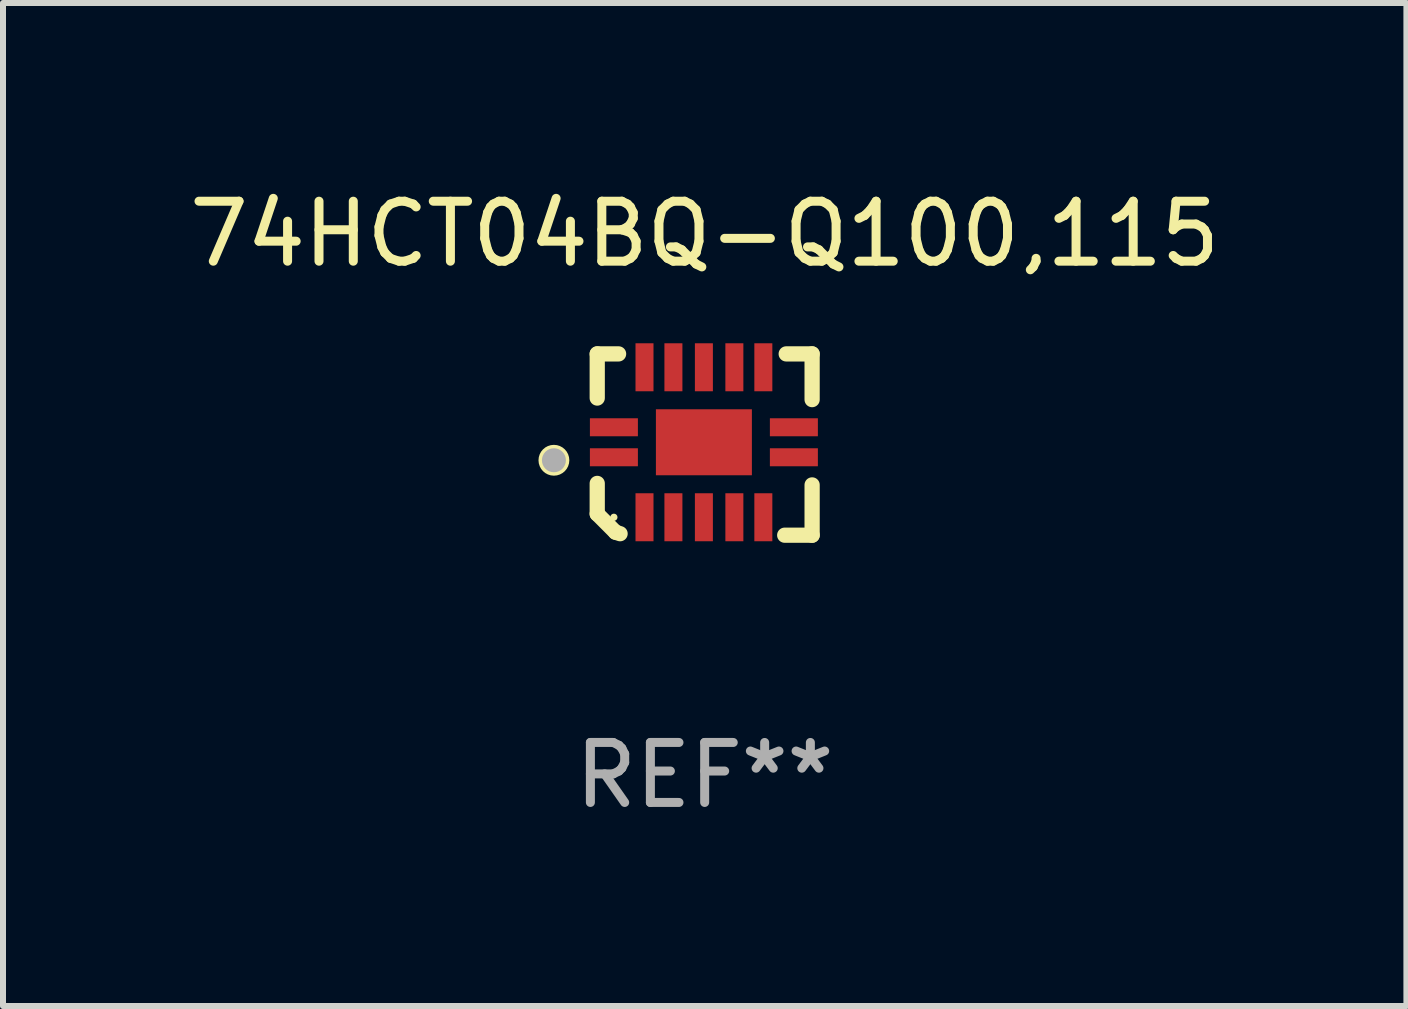
<source format=kicad_pcb>
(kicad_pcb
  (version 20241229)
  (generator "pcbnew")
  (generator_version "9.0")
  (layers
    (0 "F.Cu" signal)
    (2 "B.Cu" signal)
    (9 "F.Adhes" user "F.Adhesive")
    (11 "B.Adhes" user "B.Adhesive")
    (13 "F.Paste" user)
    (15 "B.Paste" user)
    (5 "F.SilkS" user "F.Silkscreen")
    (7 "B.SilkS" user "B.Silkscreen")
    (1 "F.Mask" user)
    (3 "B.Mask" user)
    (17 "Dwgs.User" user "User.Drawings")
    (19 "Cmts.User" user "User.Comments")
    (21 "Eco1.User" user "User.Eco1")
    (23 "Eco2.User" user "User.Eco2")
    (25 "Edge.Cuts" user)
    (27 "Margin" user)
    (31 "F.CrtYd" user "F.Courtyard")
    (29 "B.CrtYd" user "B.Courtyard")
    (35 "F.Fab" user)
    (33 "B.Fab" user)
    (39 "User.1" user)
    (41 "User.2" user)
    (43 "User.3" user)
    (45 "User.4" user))
  (footprint "74HCT04BQ-Q100,115"
    (layer "F.Cu")
    (at 8.696 4.36)
    (property "Reference" "74HCT04BQ-Q100,115" (at 0 -3.511 0) (layer "F.SilkS") (effects (font (size 1 1) (thickness 0.15))))
    (attr through_hole)
    (fp_line (start -1.791 -1.511) (end -1.435 -1.511) (stroke (width 0.254) (type solid)) (layer "F.SilkS"))
    (fp_line (start -1.791 -0.775) (end -1.791 -1.511) (stroke (width 0.254) (type solid)) (layer "F.SilkS"))
    (fp_line (start -1.791 1.156) (end -1.791 0.648) (stroke (width 0.254) (type solid)) (layer "F.SilkS"))
    (fp_line (start -1.486 1.461) (end -1.791 1.156) (stroke (width 0.254) (type solid)) (layer "F.SilkS"))
    (fp_line (start -1.41 1.486) (end -1.486 1.461) (stroke (width 0.254) (type solid)) (layer "F.SilkS"))
    (fp_line (start 1.334 1.511) (end 1.791 1.511) (stroke (width 0.254) (type solid)) (layer "F.SilkS"))
    (fp_line (start 1.791 -1.511) (end 1.359 -1.511) (stroke (width 0.254) (type solid)) (layer "F.SilkS"))
    (fp_line (start 1.791 -0.749) (end 1.791 -1.511) (stroke (width 0.254) (type solid)) (layer "F.SilkS"))
    (fp_line (start 1.791 1.511) (end 1.791 0.673) (stroke (width 0.254) (type solid)) (layer "F.SilkS"))
    (fp_circle (center -2.513 0.262) (end -2.383 0.262) (stroke (width 0.254) (type solid)) (fill no) (layer "F.SilkS"))
    (fp_circle (center -1.513 1.212) (end -1.483 1.212) (stroke (width 0.06) (type solid)) (fill no) (layer "F.SilkS"))
    (fp_circle (center -2.513 0.262) (end -2.413 0.262) (stroke (width 0.2) (type solid)) (fill no) (layer "F.Fab"))
    (fp_text user "REF**" (at 0 5.511 0) (layer "F.Fab") (effects (font (size 1 1) (thickness 0.15))))
    (pad "1" smd rect (at -1.513 0.212) (size 0.8 0.3) (layers "F.Cu" "F.Mask" "F.Paste"))
    (pad "2" smd rect (at -1.003 1.212) (size 0.3 0.8) (layers "F.Cu" "F.Mask" "F.Paste"))
    (pad "3" smd rect (at -0.521 1.212) (size 0.3 0.8) (layers "F.Cu" "F.Mask" "F.Paste"))
    (pad "4" smd rect (at -0.013 1.212) (size 0.3 0.8) (layers "F.Cu" "F.Mask" "F.Paste"))
    (pad "5" smd rect (at 0.495 1.212) (size 0.3 0.8) (layers "F.Cu" "F.Mask" "F.Paste"))
    (pad "6" smd rect (at 0.978 1.212) (size 0.3 0.8) (layers "F.Cu" "F.Mask" "F.Paste"))
    (pad "7" smd rect (at 1.487 0.212) (size 0.8 0.3) (layers "F.Cu" "F.Mask" "F.Paste"))
    (pad "8" smd rect (at 1.487 -0.288) (size 0.8 0.3) (layers "F.Cu" "F.Mask" "F.Paste"))
    (pad "9" smd rect (at 0.978 -1.288) (size 0.3 0.8) (layers "F.Cu" "F.Mask" "F.Paste"))
    (pad "10" smd rect (at 0.495 -1.288) (size 0.3 0.8) (layers "F.Cu" "F.Mask" "F.Paste"))
    (pad "11" smd rect (at -0.013 -1.288) (size 0.3 0.8) (layers "F.Cu" "F.Mask" "F.Paste"))
    (pad "12" smd rect (at -0.521 -1.288) (size 0.3 0.8) (layers "F.Cu" "F.Mask" "F.Paste"))
    (pad "13" smd rect (at -1.003 -1.288) (size 0.3 0.8) (layers "F.Cu" "F.Mask" "F.Paste"))
    (pad "14" smd rect (at -1.513 -0.288) (size 0.8 0.3) (layers "F.Cu" "F.Mask" "F.Paste"))
    (pad "15" smd rect (at -0.013 -0.038 90) (size 1.1 1.6) (layers "F.Cu" "F.Mask" "F.Paste")))
  (gr_rect
    (start -3 -3)
    (end 20.393 13.719)
    (stroke (width 0.1) (type default))
    (fill no)
    (layer "Edge.Cuts")))
</source>
